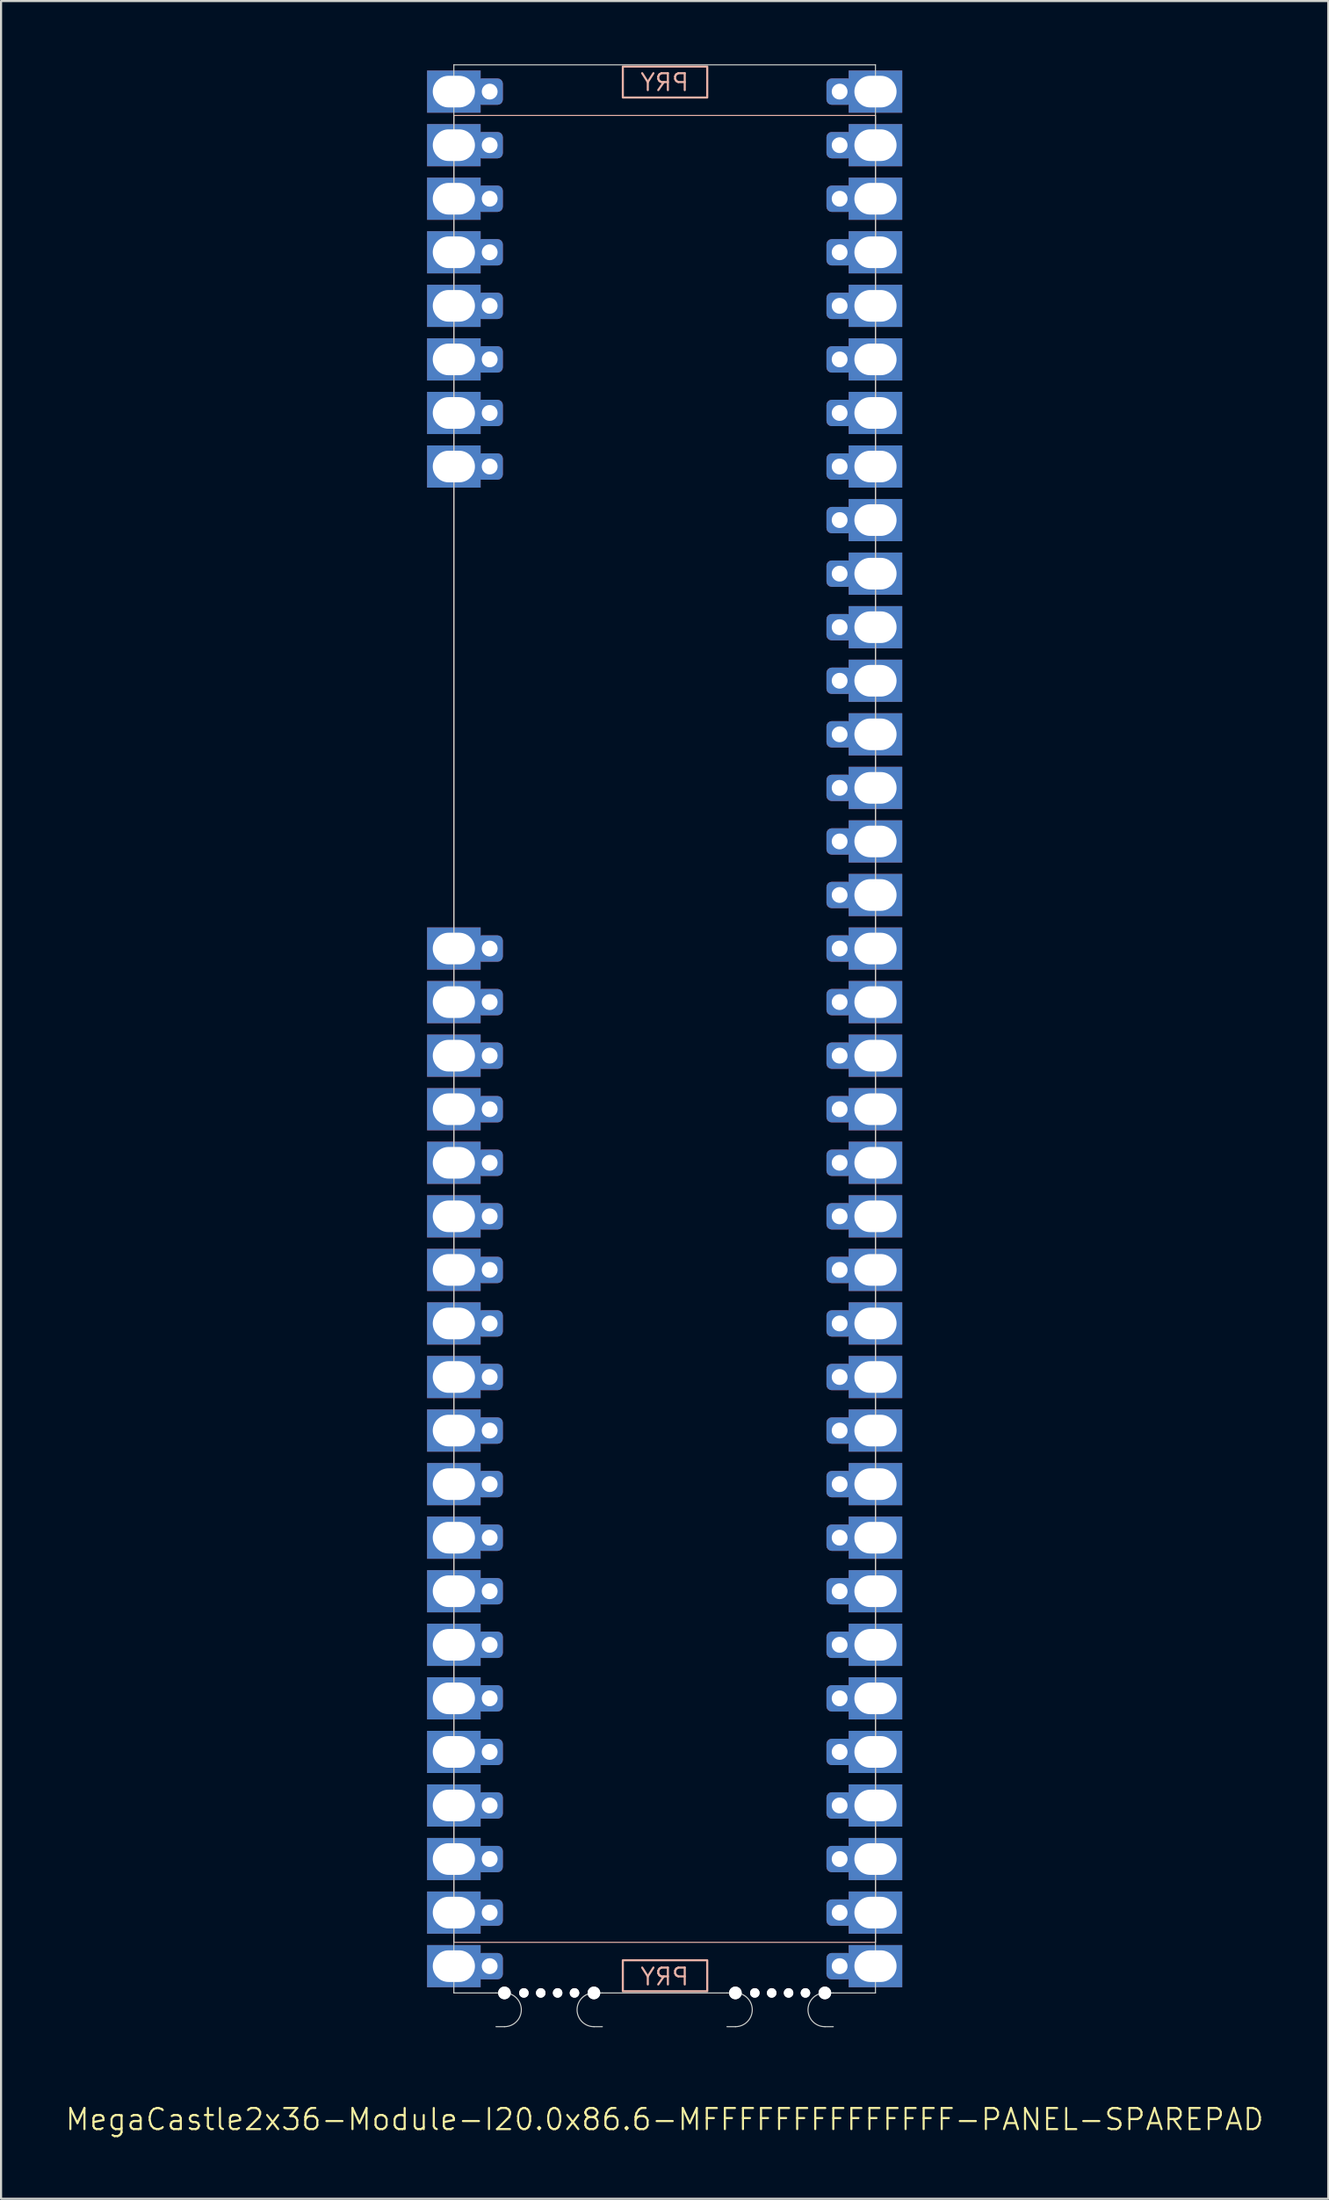
<source format=kicad_pcb>
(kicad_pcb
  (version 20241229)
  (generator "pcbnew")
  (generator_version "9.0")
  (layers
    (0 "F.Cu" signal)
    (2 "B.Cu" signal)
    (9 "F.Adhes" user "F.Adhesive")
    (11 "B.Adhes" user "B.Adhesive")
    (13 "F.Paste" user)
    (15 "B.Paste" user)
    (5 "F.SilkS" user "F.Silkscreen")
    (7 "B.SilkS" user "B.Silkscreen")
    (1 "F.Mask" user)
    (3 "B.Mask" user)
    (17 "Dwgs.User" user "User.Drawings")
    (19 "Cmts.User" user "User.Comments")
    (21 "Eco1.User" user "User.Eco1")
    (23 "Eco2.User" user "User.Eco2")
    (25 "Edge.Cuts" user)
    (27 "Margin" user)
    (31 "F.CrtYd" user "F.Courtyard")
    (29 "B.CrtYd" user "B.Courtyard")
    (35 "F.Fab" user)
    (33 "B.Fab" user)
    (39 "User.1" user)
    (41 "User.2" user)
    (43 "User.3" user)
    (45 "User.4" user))
  (footprint "MegaCastle2x36-Module-I20.0x86.6-MFFFFFFFFFFFFFF-PANEL-SPAREPAD"
    (layer "F.Cu")
    (at 28.479 45.745)
    (property "Reference" "MegaCastle2x36-Module-I20.0x86.6-MFFFFFFFFFFFFFF-PANEL-SPAREPAD" (at 0 51.72 0) (unlocked yes) (layer "F.SilkS") (effects (font (size 1 1) (thickness 0.1))))
    (attr smd)
    (fp_rect (start -10 43.32) (end 10 -43.32) (stroke (width 0.05) (type default)) (fill no) (layer "B.SilkS"))
    (fp_rect (start -1.984 -44.171) (end 2.02 -45.64) (stroke (width 0.1) (type default)) (fill no) (layer "B.SilkS"))
    (fp_rect (start -1.984 44.171) (end 2.02 45.64) (stroke (width 0.1) (type default)) (fill no) (layer "B.SilkS"))
    (fp_line (start -10 -45.72) (end -10 45.72) (stroke (width 0.05) (type default)) (layer "Edge.Cuts"))
    (fp_line (start -10 -45.72) (end 10 -45.72) (stroke (width 0.05) (type default)) (layer "Edge.Cuts"))
    (fp_line (start -10 45.72) (end -8 45.72) (stroke (width 0.05) (type default)) (layer "Edge.Cuts"))
    (fp_line (start -8 45.72) (end -7.6 45.72) (stroke (width 0.05) (type default)) (layer "Edge.Cuts"))
    (fp_line (start -8 47.32) (end -7.6 47.32) (stroke (width 0.05) (type default)) (layer "Edge.Cuts"))
    (fp_line (start -2.955 45.72) (end -3.355 45.72) (stroke (width 0.05) (type default)) (layer "Edge.Cuts"))
    (fp_line (start -2.955 45.72) (end 2.955 45.72) (stroke (width 0.05) (type default)) (layer "Edge.Cuts"))
    (fp_line (start -2.955 47.32) (end -3.355 47.32) (stroke (width 0.05) (type default)) (layer "Edge.Cuts"))
    (fp_line (start 2.955 45.72) (end 3.355 45.72) (stroke (width 0.05) (type default)) (layer "Edge.Cuts"))
    (fp_line (start 2.955 47.32) (end 3.355 47.32) (stroke (width 0.05) (type default)) (layer "Edge.Cuts"))
    (fp_line (start 8 45.72) (end 7.6 45.72) (stroke (width 0.05) (type default)) (layer "Edge.Cuts"))
    (fp_line (start 8 45.72) (end 10 45.72) (stroke (width 0.05) (type default)) (layer "Edge.Cuts"))
    (fp_line (start 8 47.32) (end 7.6 47.32) (stroke (width 0.05) (type default)) (layer "Edge.Cuts"))
    (fp_line (start 10 -45.72) (end 10 45.72) (stroke (width 0.05) (type default)) (layer "Edge.Cuts"))
    (fp_arc (start -7.6 45.720001) (mid -6.8 46.52) (end -7.6 47.32) (stroke (width 0.05) (type default)) (layer "Edge.Cuts"))
    (fp_arc (start -3.355 47.32) (mid -4.155 46.520001) (end -3.355 45.720001) (stroke (width 0.05) (type default)) (layer "Edge.Cuts"))
    (fp_arc (start 3.355 45.720001) (mid 4.155 46.52) (end 3.355 47.32) (stroke (width 0.05) (type default)) (layer "Edge.Cuts"))
    (fp_arc (start 7.6 47.32) (mid 6.8 46.52) (end 7.6 45.720001) (stroke (width 0.05) (type default)) (layer "Edge.Cuts"))
    (fp_text user "PRY" (at 0 -44.42 0) (unlocked yes) (layer "B.SilkS") (effects (font (size 0.8 0.8) (thickness 0.1)) (justify bottom mirror)))
    (fp_text user "PRY" (at 0 45.42 0) (unlocked yes) (layer "B.SilkS") (effects (font (size 0.8 0.8) (thickness 0.1)) (justify bottom mirror)))
    (pad "" np_thru_hole circle (at -7.6 45.72) (size 0.6 0.6) (drill 0.6) (layers "*.Cu" "Edge.Cuts"))
    (pad "" np_thru_hole circle (at -6.678 45.72) (size 0.45 0.45) (drill 0.45) (layers "*.Cu" "Edge.Cuts"))
    (pad "" np_thru_hole circle (at -5.878 45.72) (size 0.45 0.45) (drill 0.45) (layers "*.Cu" "Edge.Cuts"))
    (pad "" np_thru_hole circle (at -5.077 45.72) (size 0.45 0.45) (drill 0.45) (layers "*.Cu" "Edge.Cuts"))
    (pad "" np_thru_hole circle (at -4.277 45.72) (size 0.45 0.45) (drill 0.45) (layers "*.Cu" "Edge.Cuts"))
    (pad "" np_thru_hole circle (at -3.355 45.72) (size 0.6 0.6) (drill 0.6) (layers "*.Cu" "Edge.Cuts"))
    (pad "" np_thru_hole circle (at 3.355 45.72) (size 0.6 0.6) (drill 0.6) (layers "*.Cu" "Edge.Cuts"))
    (pad "" np_thru_hole circle (at 4.277 45.72) (size 0.45 0.45) (drill 0.45) (layers "*.Cu" "Edge.Cuts"))
    (pad "" np_thru_hole circle (at 5.077 45.72) (size 0.45 0.45) (drill 0.45) (layers "*.Cu" "Edge.Cuts"))
    (pad "" np_thru_hole circle (at 5.878 45.72) (size 0.45 0.45) (drill 0.45) (layers "*.Cu" "Edge.Cuts"))
    (pad "" np_thru_hole circle (at 6.678 45.72) (size 0.45 0.45) (drill 0.45) (layers "*.Cu" "Edge.Cuts"))
    (pad "" np_thru_hole circle (at 7.6 45.72) (size 0.6 0.6) (drill 0.6) (layers "*.Cu" "Edge.Cuts"))
    (pad "1" thru_hole rect (at -10 -44.45) (size 2.54 2) (drill oval 2 1.5) (property pad_prop_castellated) (layers "*.Cu" "*.Mask"))
    (pad "1" thru_hole roundrect (at -8.3 -44.45 180) (size 1.25 1.25) (drill 0.75) (layers "*.Cu" "*.Mask") (roundrect_rratio 0.2))
    (pad "2" thru_hole rect (at -10 -41.91) (size 2.54 2) (drill oval 2 1.5) (property pad_prop_castellated) (layers "*.Cu" "*.Mask"))
    (pad "2" thru_hole roundrect (at -8.3 -41.91 180) (size 1.25 1.25) (drill 0.75) (layers "*.Cu" "*.Mask") (roundrect_rratio 0.2))
    (pad "3" thru_hole rect (at -10 -39.37) (size 2.54 2) (drill oval 2 1.5) (property pad_prop_castellated) (layers "*.Cu" "*.Mask"))
    (pad "3" thru_hole roundrect (at -8.3 -39.37 180) (size 1.25 1.25) (drill 0.75) (layers "*.Cu" "*.Mask") (roundrect_rratio 0.2))
    (pad "4" thru_hole rect (at -10 -36.83) (size 2.54 2) (drill oval 2 1.5) (property pad_prop_castellated) (layers "*.Cu" "*.Mask"))
    (pad "4" thru_hole roundrect (at -8.3 -36.83 180) (size 1.25 1.25) (drill 0.75) (layers "*.Cu" "*.Mask") (roundrect_rratio 0.2))
    (pad "5" thru_hole rect (at -10 -34.29) (size 2.54 2) (drill oval 2 1.5) (property pad_prop_castellated) (layers "*.Cu" "*.Mask"))
    (pad "5" thru_hole roundrect (at -8.3 -34.29 180) (size 1.25 1.25) (drill 0.75) (layers "*.Cu" "*.Mask") (roundrect_rratio 0.2))
    (pad "6" thru_hole rect (at -10 -31.75) (size 2.54 2) (drill oval 2 1.5) (property pad_prop_castellated) (layers "*.Cu" "*.Mask"))
    (pad "6" thru_hole roundrect (at -8.3 -31.75 180) (size 1.25 1.25) (drill 0.75) (layers "*.Cu" "*.Mask") (roundrect_rratio 0.2))
    (pad "7" thru_hole rect (at -10 -29.21) (size 2.54 2) (drill oval 2 1.5) (property pad_prop_castellated) (layers "*.Cu" "*.Mask"))
    (pad "7" thru_hole roundrect (at -8.3 -29.21 180) (size 1.25 1.25) (drill 0.75) (layers "*.Cu" "*.Mask") (roundrect_rratio 0.2))
    (pad "8" thru_hole rect (at -10 -26.67) (size 2.54 2) (drill oval 2 1.5) (property pad_prop_castellated) (layers "*.Cu" "*.Mask"))
    (pad "8" thru_hole roundrect (at -8.3 -26.67 180) (size 1.25 1.25) (drill 0.75) (layers "*.Cu" "*.Mask") (roundrect_rratio 0.2))
    (pad "17" thru_hole rect (at -10 -3.81) (size 2.54 2) (drill oval 2 1.5) (property pad_prop_castellated) (layers "*.Cu" "*.Mask"))
    (pad "17" thru_hole roundrect (at -8.3 -3.81 180) (size 1.25 1.25) (drill 0.75) (layers "*.Cu" "*.Mask") (roundrect_rratio 0.2))
    (pad "18" thru_hole rect (at -10 -1.27) (size 2.54 2) (drill oval 2 1.5) (property pad_prop_castellated) (layers "*.Cu" "*.Mask"))
    (pad "18" thru_hole roundrect (at -8.3 -1.27 180) (size 1.25 1.25) (drill 0.75) (layers "*.Cu" "*.Mask") (roundrect_rratio 0.2))
    (pad "19" thru_hole rect (at -10 1.27) (size 2.54 2) (drill oval 2 1.5) (property pad_prop_castellated) (layers "*.Cu" "*.Mask"))
    (pad "19" thru_hole roundrect (at -8.3 1.27 180) (size 1.25 1.25) (drill 0.75) (layers "*.Cu" "*.Mask") (roundrect_rratio 0.2))
    (pad "20" thru_hole rect (at -10 3.81) (size 2.54 2) (drill oval 2 1.5) (property pad_prop_castellated) (layers "*.Cu" "*.Mask"))
    (pad "20" thru_hole roundrect (at -8.3 3.81 180) (size 1.25 1.25) (drill 0.75) (layers "*.Cu" "*.Mask") (roundrect_rratio 0.2))
    (pad "21" thru_hole rect (at -10 6.35) (size 2.54 2) (drill oval 2 1.5) (property pad_prop_castellated) (layers "*.Cu" "*.Mask"))
    (pad "21" thru_hole roundrect (at -8.3 6.35 180) (size 1.25 1.25) (drill 0.75) (layers "*.Cu" "*.Mask") (roundrect_rratio 0.2))
    (pad "22" thru_hole rect (at -10 8.89) (size 2.54 2) (drill oval 2 1.5) (property pad_prop_castellated) (layers "*.Cu" "*.Mask"))
    (pad "22" thru_hole roundrect (at -8.3 8.89 180) (size 1.25 1.25) (drill 0.75) (layers "*.Cu" "*.Mask") (roundrect_rratio 0.2))
    (pad "23" thru_hole rect (at -10 11.43) (size 2.54 2) (drill oval 2 1.5) (property pad_prop_castellated) (layers "*.Cu" "*.Mask"))
    (pad "23" thru_hole roundrect (at -8.3 11.43 180) (size 1.25 1.25) (drill 0.75) (layers "*.Cu" "*.Mask") (roundrect_rratio 0.2))
    (pad "24" thru_hole rect (at -10 13.97) (size 2.54 2) (drill oval 2 1.5) (property pad_prop_castellated) (layers "*.Cu" "*.Mask"))
    (pad "24" thru_hole roundrect (at -8.3 13.97 180) (size 1.25 1.25) (drill 0.75) (layers "*.Cu" "*.Mask") (roundrect_rratio 0.2))
    (pad "25" thru_hole rect (at -10 16.51) (size 2.54 2) (drill oval 2 1.5) (property pad_prop_castellated) (layers "*.Cu" "*.Mask"))
    (pad "25" thru_hole roundrect (at -8.3 16.51 180) (size 1.25 1.25) (drill 0.75) (layers "*.Cu" "*.Mask") (roundrect_rratio 0.2))
    (pad "26" thru_hole rect (at -10 19.05) (size 2.54 2) (drill oval 2 1.5) (property pad_prop_castellated) (layers "*.Cu" "*.Mask"))
    (pad "26" thru_hole roundrect (at -8.3 19.05 180) (size 1.25 1.25) (drill 0.75) (layers "*.Cu" "*.Mask") (roundrect_rratio 0.2))
    (pad "27" thru_hole rect (at -10 21.59) (size 2.54 2) (drill oval 2 1.5) (property pad_prop_castellated) (layers "*.Cu" "*.Mask"))
    (pad "27" thru_hole roundrect (at -8.3 21.59 180) (size 1.25 1.25) (drill 0.75) (layers "*.Cu" "*.Mask") (roundrect_rratio 0.2))
    (pad "28" thru_hole rect (at -10 24.13) (size 2.54 2) (drill oval 2 1.5) (property pad_prop_castellated) (layers "*.Cu" "*.Mask"))
    (pad "28" thru_hole roundrect (at -8.3 24.13 180) (size 1.25 1.25) (drill 0.75) (layers "*.Cu" "*.Mask") (roundrect_rratio 0.2))
    (pad "29" thru_hole rect (at -10 26.67) (size 2.54 2) (drill oval 2 1.5) (property pad_prop_castellated) (layers "*.Cu" "*.Mask"))
    (pad "29" thru_hole roundrect (at -8.3 26.67 180) (size 1.25 1.25) (drill 0.75) (layers "*.Cu" "*.Mask") (roundrect_rratio 0.2))
    (pad "30" thru_hole rect (at -10 29.21) (size 2.54 2) (drill oval 2 1.5) (property pad_prop_castellated) (layers "*.Cu" "*.Mask"))
    (pad "30" thru_hole roundrect (at -8.3 29.21 180) (size 1.25 1.25) (drill 0.75) (layers "*.Cu" "*.Mask") (roundrect_rratio 0.2))
    (pad "31" thru_hole rect (at -10 31.75) (size 2.54 2) (drill oval 2 1.5) (property pad_prop_castellated) (layers "*.Cu" "*.Mask"))
    (pad "31" thru_hole roundrect (at -8.3 31.75 180) (size 1.25 1.25) (drill 0.75) (layers "*.Cu" "*.Mask") (roundrect_rratio 0.2))
    (pad "32" thru_hole rect (at -10 34.29) (size 2.54 2) (drill oval 2 1.5) (property pad_prop_castellated) (layers "*.Cu" "*.Mask"))
    (pad "32" thru_hole roundrect (at -8.3 34.29 180) (size 1.25 1.25) (drill 0.75) (layers "*.Cu" "*.Mask") (roundrect_rratio 0.2))
    (pad "33" thru_hole rect (at -10 36.83) (size 2.54 2) (drill oval 2 1.5) (property pad_prop_castellated) (layers "*.Cu" "*.Mask"))
    (pad "33" thru_hole roundrect (at -8.3 36.83 180) (size 1.25 1.25) (drill 0.75) (layers "*.Cu" "*.Mask") (roundrect_rratio 0.2))
    (pad "34" thru_hole rect (at -10 39.37) (size 2.54 2) (drill oval 2 1.5) (property pad_prop_castellated) (layers "*.Cu" "*.Mask"))
    (pad "34" thru_hole roundrect (at -8.3 39.37 180) (size 1.25 1.25) (drill 0.75) (layers "*.Cu" "*.Mask") (roundrect_rratio 0.2))
    (pad "35" thru_hole rect (at -10 41.91) (size 2.54 2) (drill oval 2 1.5) (property pad_prop_castellated) (layers "*.Cu" "*.Mask"))
    (pad "35" thru_hole roundrect (at -8.3 41.91 180) (size 1.25 1.25) (drill 0.75) (layers "*.Cu" "*.Mask") (roundrect_rratio 0.2))
    (pad "36" thru_hole rect (at -10 44.45) (size 2.54 2) (drill oval 2 1.5) (property pad_prop_castellated) (layers "*.Cu" "*.Mask"))
    (pad "36" thru_hole roundrect (at -8.3 44.45 180) (size 1.25 1.25) (drill 0.75) (layers "*.Cu" "*.Mask") (roundrect_rratio 0.2))
    (pad "37" thru_hole roundrect (at 8.3 -44.45 180) (size 1.25 1.25) (drill 0.75) (layers "*.Cu" "*.Mask") (roundrect_rratio 0.2))
    (pad "37" thru_hole rect (at 10 -44.45) (size 2.54 2) (drill oval 2 1.5) (property pad_prop_castellated) (layers "*.Cu" "*.Mask"))
    (pad "38" thru_hole roundrect (at 8.3 -41.91 180) (size 1.25 1.25) (drill 0.75) (layers "*.Cu" "*.Mask") (roundrect_rratio 0.2))
    (pad "38" thru_hole rect (at 10 -41.91) (size 2.54 2) (drill oval 2 1.5) (property pad_prop_castellated) (layers "*.Cu" "*.Mask"))
    (pad "39" thru_hole roundrect (at 8.3 -39.37 180) (size 1.25 1.25) (drill 0.75) (layers "*.Cu" "*.Mask") (roundrect_rratio 0.2))
    (pad "39" thru_hole rect (at 10 -39.37) (size 2.54 2) (drill oval 2 1.5) (property pad_prop_castellated) (layers "*.Cu" "*.Mask"))
    (pad "40" thru_hole roundrect (at 8.3 -36.83 180) (size 1.25 1.25) (drill 0.75) (layers "*.Cu" "*.Mask") (roundrect_rratio 0.2))
    (pad "40" thru_hole rect (at 10 -36.83) (size 2.54 2) (drill oval 2 1.5) (property pad_prop_castellated) (layers "*.Cu" "*.Mask"))
    (pad "41" thru_hole roundrect (at 8.3 -34.29 180) (size 1.25 1.25) (drill 0.75) (layers "*.Cu" "*.Mask") (roundrect_rratio 0.2))
    (pad "41" thru_hole rect (at 10 -34.29) (size 2.54 2) (drill oval 2 1.5) (property pad_prop_castellated) (layers "*.Cu" "*.Mask"))
    (pad "42" thru_hole roundrect (at 8.3 -31.75 180) (size 1.25 1.25) (drill 0.75) (layers "*.Cu" "*.Mask") (roundrect_rratio 0.2))
    (pad "42" thru_hole rect (at 10 -31.75) (size 2.54 2) (drill oval 2 1.5) (property pad_prop_castellated) (layers "*.Cu" "*.Mask"))
    (pad "43" thru_hole roundrect (at 8.3 -29.21 180) (size 1.25 1.25) (drill 0.75) (layers "*.Cu" "*.Mask") (roundrect_rratio 0.2))
    (pad "43" thru_hole rect (at 10 -29.21) (size 2.54 2) (drill oval 2 1.5) (property pad_prop_castellated) (layers "*.Cu" "*.Mask"))
    (pad "44" thru_hole roundrect (at 8.3 -26.67 180) (size 1.25 1.25) (drill 0.75) (layers "*.Cu" "*.Mask") (roundrect_rratio 0.2))
    (pad "44" thru_hole rect (at 10 -26.67) (size 2.54 2) (drill oval 2 1.5) (property pad_prop_castellated) (layers "*.Cu" "*.Mask"))
    (pad "45" thru_hole roundrect (at 8.3 -24.13 180) (size 1.25 1.25) (drill 0.75) (layers "*.Cu" "*.Mask") (roundrect_rratio 0.2))
    (pad "45" thru_hole rect (at 10 -24.13) (size 2.54 2) (drill oval 2 1.5) (property pad_prop_castellated) (layers "*.Cu" "*.Mask"))
    (pad "46" thru_hole roundrect (at 8.3 -21.59 180) (size 1.25 1.25) (drill 0.75) (layers "*.Cu" "*.Mask") (roundrect_rratio 0.2))
    (pad "46" thru_hole rect (at 10 -21.59) (size 2.54 2) (drill oval 2 1.5) (property pad_prop_castellated) (layers "*.Cu" "*.Mask"))
    (pad "47" thru_hole roundrect (at 8.3 -19.05 180) (size 1.25 1.25) (drill 0.75) (layers "*.Cu" "*.Mask") (roundrect_rratio 0.2))
    (pad "47" thru_hole rect (at 10 -19.05) (size 2.54 2) (drill oval 2 1.5) (property pad_prop_castellated) (layers "*.Cu" "*.Mask"))
    (pad "48" thru_hole roundrect (at 8.3 -16.51 180) (size 1.25 1.25) (drill 0.75) (layers "*.Cu" "*.Mask") (roundrect_rratio 0.2))
    (pad "48" thru_hole rect (at 10 -16.51) (size 2.54 2) (drill oval 2 1.5) (property pad_prop_castellated) (layers "*.Cu" "*.Mask"))
    (pad "49" thru_hole roundrect (at 8.3 -13.97 180) (size 1.25 1.25) (drill 0.75) (layers "*.Cu" "*.Mask") (roundrect_rratio 0.2))
    (pad "49" thru_hole rect (at 10 -13.97) (size 2.54 2) (drill oval 2 1.5) (property pad_prop_castellated) (layers "*.Cu" "*.Mask"))
    (pad "50" thru_hole roundrect (at 8.3 -11.43 180) (size 1.25 1.25) (drill 0.75) (layers "*.Cu" "*.Mask") (roundrect_rratio 0.2))
    (pad "50" thru_hole rect (at 10 -11.43) (size 2.54 2) (drill oval 2 1.5) (property pad_prop_castellated) (layers "*.Cu" "*.Mask"))
    (pad "51" thru_hole roundrect (at 8.3 -8.89 180) (size 1.25 1.25) (drill 0.75) (layers "*.Cu" "*.Mask") (roundrect_rratio 0.2))
    (pad "51" thru_hole rect (at 10 -8.89) (size 2.54 2) (drill oval 2 1.5) (property pad_prop_castellated) (layers "*.Cu" "*.Mask"))
    (pad "52" thru_hole roundrect (at 8.3 -6.35 180) (size 1.25 1.25) (drill 0.75) (layers "*.Cu" "*.Mask") (roundrect_rratio 0.2))
    (pad "52" thru_hole rect (at 10 -6.35) (size 2.54 2) (drill oval 2 1.5) (property pad_prop_castellated) (layers "*.Cu" "*.Mask"))
    (pad "53" thru_hole roundrect (at 8.3 -3.81 180) (size 1.25 1.25) (drill 0.75) (layers "*.Cu" "*.Mask") (roundrect_rratio 0.2))
    (pad "53" thru_hole rect (at 10 -3.81) (size 2.54 2) (drill oval 2 1.5) (property pad_prop_castellated) (layers "*.Cu" "*.Mask"))
    (pad "54" thru_hole roundrect (at 8.3 -1.27 180) (size 1.25 1.25) (drill 0.75) (layers "*.Cu" "*.Mask") (roundrect_rratio 0.2))
    (pad "54" thru_hole rect (at 10 -1.27) (size 2.54 2) (drill oval 2 1.5) (property pad_prop_castellated) (layers "*.Cu" "*.Mask"))
    (pad "55" thru_hole roundrect (at 8.3 1.27 180) (size 1.25 1.25) (drill 0.75) (layers "*.Cu" "*.Mask") (roundrect_rratio 0.2))
    (pad "55" thru_hole rect (at 10 1.27) (size 2.54 2) (drill oval 2 1.5) (property pad_prop_castellated) (layers "*.Cu" "*.Mask"))
    (pad "56" thru_hole roundrect (at 8.3 3.81 180) (size 1.25 1.25) (drill 0.75) (layers "*.Cu" "*.Mask") (roundrect_rratio 0.2))
    (pad "56" thru_hole rect (at 10 3.81) (size 2.54 2) (drill oval 2 1.5) (property pad_prop_castellated) (layers "*.Cu" "*.Mask"))
    (pad "57" thru_hole roundrect (at 8.3 6.35 180) (size 1.25 1.25) (drill 0.75) (layers "*.Cu" "*.Mask") (roundrect_rratio 0.2))
    (pad "57" thru_hole rect (at 10 6.35) (size 2.54 2) (drill oval 2 1.5) (property pad_prop_castellated) (layers "*.Cu" "*.Mask"))
    (pad "58" thru_hole roundrect (at 8.3 8.89 180) (size 1.25 1.25) (drill 0.75) (layers "*.Cu" "*.Mask") (roundrect_rratio 0.2))
    (pad "58" thru_hole rect (at 10 8.89) (size 2.54 2) (drill oval 2 1.5) (property pad_prop_castellated) (layers "*.Cu" "*.Mask"))
    (pad "59" thru_hole roundrect (at 8.3 11.43 180) (size 1.25 1.25) (drill 0.75) (layers "*.Cu" "*.Mask") (roundrect_rratio 0.2))
    (pad "59" thru_hole rect (at 10 11.43) (size 2.54 2) (drill oval 2 1.5) (property pad_prop_castellated) (layers "*.Cu" "*.Mask"))
    (pad "60" thru_hole roundrect (at 8.3 13.97 180) (size 1.25 1.25) (drill 0.75) (layers "*.Cu" "*.Mask") (roundrect_rratio 0.2))
    (pad "60" thru_hole rect (at 10 13.97) (size 2.54 2) (drill oval 2 1.5) (property pad_prop_castellated) (layers "*.Cu" "*.Mask"))
    (pad "61" thru_hole roundrect (at 8.3 16.51 180) (size 1.25 1.25) (drill 0.75) (layers "*.Cu" "*.Mask") (roundrect_rratio 0.2))
    (pad "61" thru_hole rect (at 10 16.51) (size 2.54 2) (drill oval 2 1.5) (property pad_prop_castellated) (layers "*.Cu" "*.Mask"))
    (pad "62" thru_hole roundrect (at 8.3 19.05 180) (size 1.25 1.25) (drill 0.75) (layers "*.Cu" "*.Mask") (roundrect_rratio 0.2))
    (pad "62" thru_hole rect (at 10 19.05) (size 2.54 2) (drill oval 2 1.5) (property pad_prop_castellated) (layers "*.Cu" "*.Mask"))
    (pad "63" thru_hole roundrect (at 8.3 21.59 180) (size 1.25 1.25) (drill 0.75) (layers "*.Cu" "*.Mask") (roundrect_rratio 0.2))
    (pad "63" thru_hole rect (at 10 21.59) (size 2.54 2) (drill oval 2 1.5) (property pad_prop_castellated) (layers "*.Cu" "*.Mask"))
    (pad "64" thru_hole roundrect (at 8.3 24.13 180) (size 1.25 1.25) (drill 0.75) (layers "*.Cu" "*.Mask") (roundrect_rratio 0.2))
    (pad "64" thru_hole rect (at 10 24.13) (size 2.54 2) (drill oval 2 1.5) (property pad_prop_castellated) (layers "*.Cu" "*.Mask"))
    (pad "65" thru_hole roundrect (at 8.3 26.67 180) (size 1.25 1.25) (drill 0.75) (layers "*.Cu" "*.Mask") (roundrect_rratio 0.2))
    (pad "65" thru_hole rect (at 10 26.67) (size 2.54 2) (drill oval 2 1.5) (property pad_prop_castellated) (layers "*.Cu" "*.Mask"))
    (pad "66" thru_hole roundrect (at 8.3 29.21 180) (size 1.25 1.25) (drill 0.75) (layers "*.Cu" "*.Mask") (roundrect_rratio 0.2))
    (pad "66" thru_hole rect (at 10 29.21) (size 2.54 2) (drill oval 2 1.5) (property pad_prop_castellated) (layers "*.Cu" "*.Mask"))
    (pad "67" thru_hole roundrect (at 8.3 31.75 180) (size 1.25 1.25) (drill 0.75) (layers "*.Cu" "*.Mask") (roundrect_rratio 0.2))
    (pad "67" thru_hole rect (at 10 31.75) (size 2.54 2) (drill oval 2 1.5) (property pad_prop_castellated) (layers "*.Cu" "*.Mask"))
    (pad "68" thru_hole roundrect (at 8.3 34.29 180) (size 1.25 1.25) (drill 0.75) (layers "*.Cu" "*.Mask") (roundrect_rratio 0.2))
    (pad "68" thru_hole rect (at 10 34.29) (size 2.54 2) (drill oval 2 1.5) (property pad_prop_castellated) (layers "*.Cu" "*.Mask"))
    (pad "69" thru_hole roundrect (at 8.3 36.83 180) (size 1.25 1.25) (drill 0.75) (layers "*.Cu" "*.Mask") (roundrect_rratio 0.2))
    (pad "69" thru_hole rect (at 10 36.83) (size 2.54 2) (drill oval 2 1.5) (property pad_prop_castellated) (layers "*.Cu" "*.Mask"))
    (pad "70" thru_hole roundrect (at 8.3 39.37 180) (size 1.25 1.25) (drill 0.75) (layers "*.Cu" "*.Mask") (roundrect_rratio 0.2))
    (pad "70" thru_hole rect (at 10 39.37) (size 2.54 2) (drill oval 2 1.5) (property pad_prop_castellated) (layers "*.Cu" "*.Mask"))
    (pad "71" thru_hole roundrect (at 8.3 41.91 180) (size 1.25 1.25) (drill 0.75) (layers "*.Cu" "*.Mask") (roundrect_rratio 0.2))
    (pad "71" thru_hole rect (at 10 41.91) (size 2.54 2) (drill oval 2 1.5) (property pad_prop_castellated) (layers "*.Cu" "*.Mask"))
    (pad "72" thru_hole roundrect (at 8.3 44.45 180) (size 1.25 1.25) (drill 0.75) (layers "*.Cu" "*.Mask") (roundrect_rratio 0.2))
    (pad "72" thru_hole rect (at 10 44.45) (size 2.54 2) (drill oval 2 1.5) (property pad_prop_castellated) (layers "*.Cu" "*.Mask"))
    (zone (net_name "") (layer "B.Cu") (hatch edge 0.5) (connect_pads) (min_thickness 0.25) (filled_areas_thickness no) (keepout (tracks allowed) (vias allowed) (pads allowed) (copperpour allowed) (footprints not_allowed)) (placement (enabled no)) (fill) (polygon (pts (xy 18.479 91.465) (xy 18.479 0.025))))
    (zone (net_name "") (layer "B.Cu") (hatch edge 0.5) (connect_pads) (min_thickness 0.25) (filled_areas_thickness no) (keepout (tracks allowed) (vias allowed) (pads allowed) (copperpour allowed) (footprints not_allowed)) (placement (enabled no)) (fill) (polygon (pts (xy 38.479 91.465) (xy 38.479 0.025))))
    (zone (net_name "") (layer "B.Cu") (hatch edge 0.5) (connect_pads) (min_thickness 0.25) (filled_areas_thickness no) (keepout (tracks allowed) (vias allowed) (pads allowed) (copperpour allowed) (footprints not_allowed)) (placement (enabled no)) (fill) (polygon (pts (xy 18.479 0.025) (xy 18.479 2.425) (xy 38.479 2.425) (xy 38.479 0.025))))
    (zone (net_name "") (layer "B.Cu") (hatch edge 0.5) (connect_pads) (min_thickness 0.25) (filled_areas_thickness no) (keepout (tracks allowed) (vias allowed) (pads allowed) (copperpour allowed) (footprints not_allowed)) (placement (enabled no)) (fill) (polygon (pts (xy 18.479 91.465) (xy 18.479 89.065) (xy 38.479 89.065) (xy 38.479 91.465))))
    (zone (net_name "") (layer "B.Cu") (name "Upper Pry Zone") (hatch edge 0.5) (connect_pads) (min_thickness 0.25) (filled_areas_thickness no) (keepout (tracks not_allowed) (vias not_allowed) (pads not_allowed) (copperpour allowed) (footprints not_allowed)) (placement (enabled no)) (fill) (polygon (pts (xy 26.494 1.574) (xy 26.494 0.105) (xy 30.498 0.105) (xy 30.498 1.574))))
    (zone (net_name "") (layer "B.Cu") (name "Upper Pry Zone") (hatch edge 0.5) (connect_pads) (min_thickness 0.25) (filled_areas_thickness no) (keepout (tracks not_allowed) (vias not_allowed) (pads not_allowed) (copperpour allowed) (footprints not_allowed)) (placement (enabled no)) (fill) (polygon (pts (xy 26.494 89.916) (xy 26.494 91.385) (xy 30.498 91.385) (xy 30.498 89.916)))))
  (gr_rect
    (start -3 -3)
    (end 59.957 101.226)
    (stroke (width 0.1) (type default))
    (fill no)
    (layer "Edge.Cuts")))
</source>
